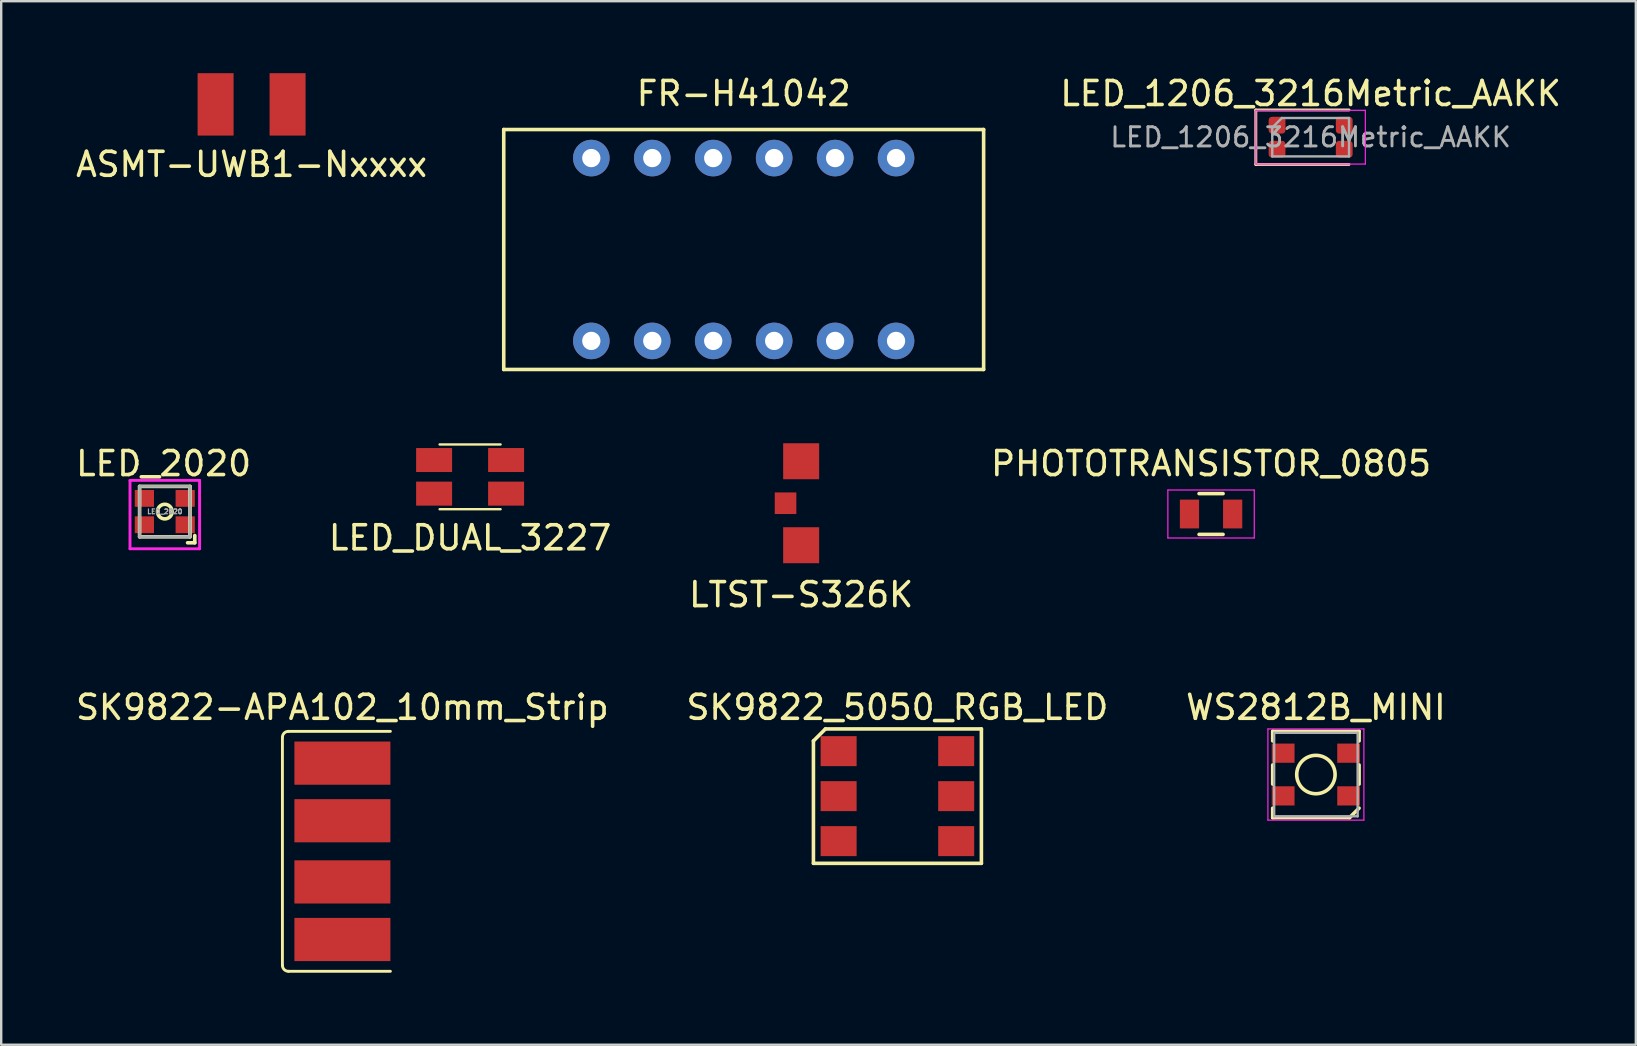
<source format=kicad_pcb>
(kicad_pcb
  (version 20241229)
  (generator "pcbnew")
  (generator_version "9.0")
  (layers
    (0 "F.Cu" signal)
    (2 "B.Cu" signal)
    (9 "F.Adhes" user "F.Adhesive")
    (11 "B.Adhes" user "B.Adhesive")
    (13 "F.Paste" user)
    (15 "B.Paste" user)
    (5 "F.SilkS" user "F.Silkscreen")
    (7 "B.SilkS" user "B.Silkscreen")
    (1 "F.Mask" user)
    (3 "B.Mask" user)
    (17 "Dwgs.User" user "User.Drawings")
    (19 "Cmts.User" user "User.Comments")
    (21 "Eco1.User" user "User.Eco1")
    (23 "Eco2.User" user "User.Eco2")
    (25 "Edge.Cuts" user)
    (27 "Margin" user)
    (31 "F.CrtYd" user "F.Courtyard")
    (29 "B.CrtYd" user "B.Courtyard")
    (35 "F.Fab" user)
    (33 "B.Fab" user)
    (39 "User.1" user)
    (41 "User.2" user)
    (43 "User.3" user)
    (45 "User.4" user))
  (footprint "LTST-S326K"
    (layer "F.Cu")
    (at 30.339 17.923)
    (property "Reference" "LTST-S326K" (at 0 3.81 0) (layer "F.SilkS") (effects (font (size 1 1) (thickness 0.15))))
    (attr through_hole)
    (pad "1" smd rect (at 0 -1.75) (size 1.5 1.5) (layers "F.Cu" "F.Mask" "F.Paste"))
    (pad "2" smd rect (at -0.65 0) (size 0.9 0.9) (layers "F.Cu" "F.Mask" "F.Paste"))
    (pad "3" smd rect (at 0 1.75) (size 1.5 1.5) (layers "F.Cu" "F.Mask" "F.Paste")))
  (footprint "SK9822_5050_RGB_LED"
    (layer "F.Cu")
    (at 34.351 30.13)
    (property "Reference" "SK9822_5050_RGB_LED" (at 0 -3.7 0) (layer "F.SilkS") (effects (font (size 1 1) (thickness 0.15))))
    (attr through_hole)
    (fp_line (start -3.5 -2.3) (end -3.5 2.8) (stroke (width 0.15) (type solid)) (layer "F.SilkS"))
    (fp_line (start -3.5 2.8) (end 3.5 2.8) (stroke (width 0.15) (type solid)) (layer "F.SilkS"))
    (fp_line (start -3 -2.8) (end -3.5 -2.3) (stroke (width 0.15) (type solid)) (layer "F.SilkS"))
    (fp_line (start -3 -2.8) (end 3.5 -2.8) (stroke (width 0.15) (type solid)) (layer "F.SilkS"))
    (fp_line (start 3.5 -2.8) (end 3.5 2.8) (stroke (width 0.15) (type solid)) (layer "F.SilkS"))
    (pad "1" smd rect (at -2.45 -1.875) (size 1.5 1.25) (layers "F.Cu" "F.Mask" "F.Paste"))
    (pad "2" smd rect (at -2.45 0) (size 1.5 1.25) (layers "F.Cu" "F.Mask" "F.Paste"))
    (pad "3" smd rect (at -2.45 1.875) (size 1.5 1.25) (layers "F.Cu" "F.Mask" "F.Paste"))
    (pad "4" smd rect (at 2.45 1.875) (size 1.5 1.25) (layers "F.Cu" "F.Mask" "F.Paste"))
    (pad "5" smd rect (at 2.45 0) (size 1.5 1.25) (layers "F.Cu" "F.Mask" "F.Paste"))
    (pad "6" smd rect (at 2.45 -1.875) (size 1.5 1.25) (layers "F.Cu" "F.Mask" "F.Paste")))
  (footprint "LED_1206_3216Metric_AAKK"
    (layer "F.Cu")
    (at 51.573 2.668)
    (property "Reference" "LED_1206_3216Metric_AAKK" (at 0 -1.82 0) (layer "F.SilkS") (effects (font (size 1 1) (thickness 0.15))))
    (attr smd)
    (fp_line (start -2.285 -1.135) (end -2.285 1.135) (stroke (width 0.12) (type solid)) (layer "F.SilkS"))
    (fp_line (start -2.285 1.135) (end 1.6 1.135) (stroke (width 0.12) (type solid)) (layer "F.SilkS"))
    (fp_line (start 1.6 -1.135) (end -2.285 -1.135) (stroke (width 0.12) (type solid)) (layer "F.SilkS"))
    (fp_line (start -2.28 -1.12) (end 2.28 -1.12) (stroke (width 0.05) (type solid)) (layer "F.CrtYd"))
    (fp_line (start -2.28 1.12) (end -2.28 -1.12) (stroke (width 0.05) (type solid)) (layer "F.CrtYd"))
    (fp_line (start 2.28 -1.12) (end 2.28 1.12) (stroke (width 0.05) (type solid)) (layer "F.CrtYd"))
    (fp_line (start 2.28 1.12) (end -2.28 1.12) (stroke (width 0.05) (type solid)) (layer "F.CrtYd"))
    (fp_line (start -1.6 -0.4) (end -1.6 0.8) (stroke (width 0.1) (type solid)) (layer "F.Fab"))
    (fp_line (start -1.6 0.8) (end 1.6 0.8) (stroke (width 0.1) (type solid)) (layer "F.Fab"))
    (fp_line (start -1.2 -0.8) (end -1.6 -0.4) (stroke (width 0.1) (type solid)) (layer "F.Fab"))
    (fp_line (start 1.6 -0.8) (end -1.2 -0.8) (stroke (width 0.1) (type solid)) (layer "F.Fab"))
    (fp_line (start 1.6 0.8) (end 1.6 -0.8) (stroke (width 0.1) (type solid)) (layer "F.Fab"))
    (fp_text user "${REFERENCE}" (at 0 0 0) (layer "F.Fab") (effects (font (size 0.8 0.8) (thickness 0.12))))
    (pad "1" smd roundrect (at -1.4 -0.5) (size 0.7 0.7) (layers "F.Cu" "F.Mask" "F.Paste") (roundrect_rratio 0.2))
    (pad "2" smd roundrect (at -1.4 0.5) (size 0.7 0.7) (layers "F.Cu" "F.Mask" "F.Paste") (roundrect_rratio 0.2))
    (pad "3" smd roundrect (at 1.4 -0.5) (size 0.7 0.7) (layers "F.Cu" "F.Mask" "F.Paste") (roundrect_rratio 0.2))
    (pad "4" smd roundrect (at 1.4 0.5) (size 0.7 0.7) (layers "F.Cu" "F.Mask" "F.Paste") (roundrect_rratio 0.2)))
  (footprint "WS2812B_MINI"
    (layer "F.Cu")
    (at 51.792 29.23)
    (property "Reference" "WS2812B_MINI" (at 0 -2.8 0) (layer "F.SilkS") (effects (font (size 1 1) (thickness 0.15))))
    (attr through_hole)
    (fp_line (start -1.8 -1.8) (end 1.8 -1.8) (stroke (width 0.15) (type solid)) (layer "F.SilkS"))
    (fp_line (start -1.8 -1.4) (end -1.8 -1.8) (stroke (width 0.15) (type solid)) (layer "F.SilkS"))
    (fp_line (start -1.8 -0.4) (end -1.8 0.4) (stroke (width 0.15) (type solid)) (layer "F.SilkS"))
    (fp_line (start -1.8 1.4) (end -1.8 1.8) (stroke (width 0.15) (type solid)) (layer "F.SilkS"))
    (fp_line (start -1.8 1.8) (end 1.4 1.8) (stroke (width 0.15) (type solid)) (layer "F.SilkS"))
    (fp_line (start 1.8 -1.8) (end 1.8 -1.4) (stroke (width 0.15) (type solid)) (layer "F.SilkS"))
    (fp_line (start 1.8 -0.4) (end 1.8 0.4) (stroke (width 0.15) (type solid)) (layer "F.SilkS"))
    (fp_line (start 1.8 1.4) (end 1.4 1.8) (stroke (width 0.15) (type solid)) (layer "F.SilkS"))
    (fp_circle (center 0 0) (end 0.8 0) (stroke (width 0.15) (type solid)) (fill no) (layer "F.SilkS"))
    (fp_line (start -2 -1.9) (end 2 -1.9) (stroke (width 0.05) (type solid)) (layer "F.CrtYd"))
    (fp_line (start -2 1.9) (end -2 -1.9) (stroke (width 0.05) (type solid)) (layer "F.CrtYd"))
    (fp_line (start 2 -1.9) (end 2 1.9) (stroke (width 0.05) (type solid)) (layer "F.CrtYd"))
    (fp_line (start 2 1.9) (end -2 1.9) (stroke (width 0.05) (type solid)) (layer "F.CrtYd"))
    (fp_line (start -1.74 -1.74) (end 1.74 -1.74) (stroke (width 0.1) (type solid)) (layer "F.Fab"))
    (fp_line (start -1.74 1.74) (end -1.74 -1.74) (stroke (width 0.1) (type solid)) (layer "F.Fab"))
    (fp_line (start -1.74 1.74) (end 1.74 1.74) (stroke (width 0.1) (type solid)) (layer "F.Fab"))
    (fp_line (start 1.74 1.74) (end 1.74 -1.74) (stroke (width 0.1) (type solid)) (layer "F.Fab"))
    (pad "1" smd rect (at -1.365 -0.89) (size 0.95 0.8) (layers "F.Cu" "F.Mask" "F.Paste"))
    (pad "2" smd rect (at -1.365 0.89) (size 0.95 0.8) (layers "F.Cu" "F.Mask" "F.Paste"))
    (pad "3" smd rect (at 1.365 0.89) (size 0.95 0.8) (layers "F.Cu" "F.Mask" "F.Paste"))
    (pad "4" smd rect (at 1.365 -0.89) (size 0.95 0.8) (layers "F.Cu" "F.Mask" "F.Paste")))
  (footprint "LED_2020"
    (layer "F.Cu")
    (at 3.818 18.271)
    (property "Reference" "LED_2020" (at -0.05 -2 0) (layer "F.SilkS") (effects (font (size 1 1) (thickness 0.15))))
    (attr through_hole)
    (fp_line (start -1.05 -1.05) (end -1.05 1.05) (stroke (width 0.15) (type solid)) (layer "F.SilkS"))
    (fp_line (start -1.05 1.05) (end 1.05 1.05) (stroke (width 0.15) (type solid)) (layer "F.SilkS"))
    (fp_line (start 0.95 1.3) (end 1.25 1.3) (stroke (width 0.15) (type solid)) (layer "F.SilkS"))
    (fp_line (start 1.05 -1.05) (end -1.05 -1.05) (stroke (width 0.15) (type solid)) (layer "F.SilkS"))
    (fp_line (start 1.05 1.05) (end 1.05 -1.05) (stroke (width 0.15) (type solid)) (layer "F.SilkS"))
    (fp_line (start 1.25 1.3) (end 1.25 1) (stroke (width 0.15) (type solid)) (layer "F.SilkS"))
    (fp_circle (center 0 0) (end 0.05 -0.3) (stroke (width 0.15) (type solid)) (fill no) (layer "F.SilkS"))
    (fp_line (start -1.45 -1.3) (end 1.45 -1.3) (stroke (width 0.12) (type solid)) (layer "F.CrtYd"))
    (fp_line (start -1.45 1.55) (end -1.45 -1.3) (stroke (width 0.12) (type solid)) (layer "F.CrtYd"))
    (fp_line (start 1.45 -1.3) (end 1.45 1.55) (stroke (width 0.12) (type solid)) (layer "F.CrtYd"))
    (fp_line (start 1.45 1.55) (end -1.45 1.55) (stroke (width 0.12) (type solid)) (layer "F.CrtYd"))
    (fp_line (start -1.05 -1.05) (end -1.05 1.05) (stroke (width 0.12) (type solid)) (layer "F.Fab"))
    (fp_line (start -1.05 1.05) (end 1.05 1.05) (stroke (width 0.12) (type solid)) (layer "F.Fab"))
    (fp_line (start 1.05 -1.05) (end -1.05 -1.05) (stroke (width 0.12) (type solid)) (layer "F.Fab"))
    (fp_line (start 1.05 1.05) (end 1.05 -1.05) (stroke (width 0.12) (type solid)) (layer "F.Fab"))
    (fp_text user "${REFERENCE}" (at 0 0 0) (layer "F.Fab") (effects (font (size 0.2 0.2) (thickness 0.05))))
    (pad "1" smd rect (at 0.85 0.548) (size 0.8 0.7) (layers "F.Cu" "F.Mask" "F.Paste"))
    (pad "2" smd rect (at -0.85 0.548) (size 0.8 0.7) (layers "F.Cu" "F.Mask" "F.Paste"))
    (pad "3" smd rect (at -0.85 -0.55) (size 0.8 0.7) (layers "F.Cu" "F.Mask" "F.Paste"))
    (pad "4" smd rect (at 0.85 -0.55) (size 0.8 0.7) (layers "F.Cu" "F.Mask" "F.Paste")))
  (footprint "FR-H41042"
    (layer "F.Cu")
    (at 27.944 7.348)
    (property "Reference" "FR-H41042" (at 0 -6.5 0) (layer "F.SilkS") (effects (font (size 1 1) (thickness 0.15))))
    (attr through_hole)
    (fp_line (start -10 -5) (end -10 5) (stroke (width 0.15) (type solid)) (layer "F.SilkS"))
    (fp_line (start -10 5) (end 10 5) (stroke (width 0.15) (type solid)) (layer "F.SilkS"))
    (fp_line (start 10 -5) (end -10 -5) (stroke (width 0.15) (type solid)) (layer "F.SilkS"))
    (fp_line (start 10 5) (end 10 -5) (stroke (width 0.15) (type solid)) (layer "F.SilkS"))
    (pad "1" thru_hole circle (at -6.35 3.81) (size 1.524 1.524) (drill 0.762) (layers "*.Cu" "*.Mask"))
    (pad "2" thru_hole circle (at -3.81 3.81) (size 1.524 1.524) (drill 0.762) (layers "*.Cu" "*.Mask"))
    (pad "3" thru_hole circle (at -1.27 3.81) (size 1.524 1.524) (drill 0.762) (layers "*.Cu" "*.Mask"))
    (pad "4" thru_hole circle (at 1.27 3.81) (size 1.524 1.524) (drill 0.762) (layers "*.Cu" "*.Mask"))
    (pad "5" thru_hole circle (at 3.81 3.81) (size 1.524 1.524) (drill 0.762) (layers "*.Cu" "*.Mask"))
    (pad "6" thru_hole circle (at 6.35 3.81) (size 1.524 1.524) (drill 0.762) (layers "*.Cu" "*.Mask"))
    (pad "7" thru_hole circle (at 6.35 -3.81) (size 1.524 1.524) (drill 0.762) (layers "*.Cu" "*.Mask"))
    (pad "8" thru_hole circle (at 3.81 -3.81) (size 1.524 1.524) (drill 0.762) (layers "*.Cu" "*.Mask"))
    (pad "9" thru_hole circle (at 1.27 -3.81) (size 1.524 1.524) (drill 0.762) (layers "*.Cu" "*.Mask"))
    (pad "10" thru_hole circle (at -1.27 -3.81) (size 1.524 1.524) (drill 0.762) (layers "*.Cu" "*.Mask"))
    (pad "11" thru_hole circle (at -3.81 -3.81) (size 1.524 1.524) (drill 0.762) (layers "*.Cu" "*.Mask"))
    (pad "12" thru_hole circle (at -6.35 -3.81) (size 1.524 1.524) (drill 0.762) (layers "*.Cu" "*.Mask")))
  (footprint "ASMT-UWB1-Nxxxx"
    (layer "F.Cu")
    (at 7.435 1.3)
    (property "Reference" "ASMT-UWB1-Nxxxx" (at 0 2.5 0) (layer "F.SilkS") (effects (font (size 1 1) (thickness 0.15))))
    (attr through_hole)
    (pad "1" smd rect (at -1.5 0) (size 1.5 2.6) (layers "F.Cu" "F.Mask" "F.Paste"))
    (pad "2" smd rect (at 1.5 0) (size 1.5 2.6) (layers "F.Cu" "F.Mask" "F.Paste")))
  (footprint "SK9822-APA102_10mm_Strip"
    (layer "F.Cu")
    (at 11.22 32.43)
    (property "Reference" "SK9822-APA102_10mm_Strip" (at 0 -6 0) (layer "F.SilkS") (effects (font (size 1 1) (thickness 0.15))))
    (attr through_hole)
    (fp_line (start -2.5 -4.75) (end -2.5 4.75) (stroke (width 0.12) (type solid)) (layer "F.SilkS"))
    (fp_line (start -2.25 -5) (end 2 -5) (stroke (width 0.12) (type solid)) (layer "F.SilkS"))
    (fp_line (start -2.25 5) (end 2 5) (stroke (width 0.12) (type solid)) (layer "F.SilkS"))
    (fp_arc (start -2.5 -4.75) (mid -2.426777 -4.926777) (end -2.25 -5) (stroke (width 0.12) (type solid)) (layer "F.SilkS"))
    (fp_arc (start -2.25 5) (mid -2.426777 4.926777) (end -2.5 4.75) (stroke (width 0.12) (type solid)) (layer "F.SilkS"))
    (pad "1" smd rect (at 0 -3.675) (size 4 1.8) (layers "F.Cu" "F.Mask" "F.Paste"))
    (pad "2" smd rect (at 0 -1.275) (size 4 1.8) (layers "F.Cu" "F.Mask" "F.Paste"))
    (pad "3" smd rect (at 0 1.275) (size 4 1.8) (layers "F.Cu" "F.Mask" "F.Paste"))
    (pad "4" smd rect (at 0 3.675) (size 4 1.8) (layers "F.Cu" "F.Mask" "F.Paste")))
  (footprint "LED_DUAL_3227"
    (layer "F.Cu")
    (at 16.542 16.823)
    (property "Reference" "LED_DUAL_3227" (at 0 2.54 0) (layer "F.SilkS") (effects (font (size 1 1) (thickness 0.15))))
    (attr through_hole)
    (fp_line (start -1.27 -1.35) (end 1.27 -1.35) (stroke (width 0.1) (type solid)) (layer "F.SilkS"))
    (fp_line (start -1.27 1.35) (end 1.27 1.35) (stroke (width 0.1) (type solid)) (layer "F.SilkS"))
    (pad "1" smd rect (at -1.5 -0.7) (size 1.5 1) (layers "F.Cu" "F.Mask" "F.Paste"))
    (pad "2" smd rect (at 1.5 -0.7) (size 1.5 1) (layers "F.Cu" "F.Mask" "F.Paste"))
    (pad "3" smd rect (at -1.5 0.7) (size 1.5 1) (layers "F.Cu" "F.Mask" "F.Paste"))
    (pad "4" smd rect (at 1.5 0.7) (size 1.5 1) (layers "F.Cu" "F.Mask" "F.Paste")))
  (footprint "PHOTOTRANSISTOR_0805"
    (layer "F.Cu")
    (at 47.423 18.372)
    (property "Reference" "PHOTOTRANSISTOR_0805" (at 0 -2.1 0) (layer "F.SilkS") (effects (font (size 1 1) (thickness 0.15))))
    (attr smd)
    (fp_line (start -0.5 0.85) (end 0.5 0.85) (stroke (width 0.15) (type solid)) (layer "F.SilkS"))
    (fp_line (start 0.5 -0.85) (end -0.5 -0.85) (stroke (width 0.15) (type solid)) (layer "F.SilkS"))
    (fp_line (start -1.8 -1) (end -1.8 1) (stroke (width 0.05) (type solid)) (layer "F.CrtYd"))
    (fp_line (start -1.8 -1) (end 1.8 -1) (stroke (width 0.05) (type solid)) (layer "F.CrtYd"))
    (fp_line (start -1.8 1) (end 1.8 1) (stroke (width 0.05) (type solid)) (layer "F.CrtYd"))
    (fp_line (start 1.8 -1) (end 1.8 1) (stroke (width 0.05) (type solid)) (layer "F.CrtYd"))
    (pad "1" smd rect (at -0.9 0) (size 0.8 1.2) (layers "F.Cu" "F.Mask" "F.Paste"))
    (pad "2" smd rect (at 0.9 0) (size 0.8 1.2) (layers "F.Cu" "F.Mask" "F.Paste")))
  (gr_rect
    (start -3 -3)
    (end 65.126 40.49)
    (stroke (width 0.1) (type default))
    (fill no)
    (layer "Edge.Cuts")))
</source>
